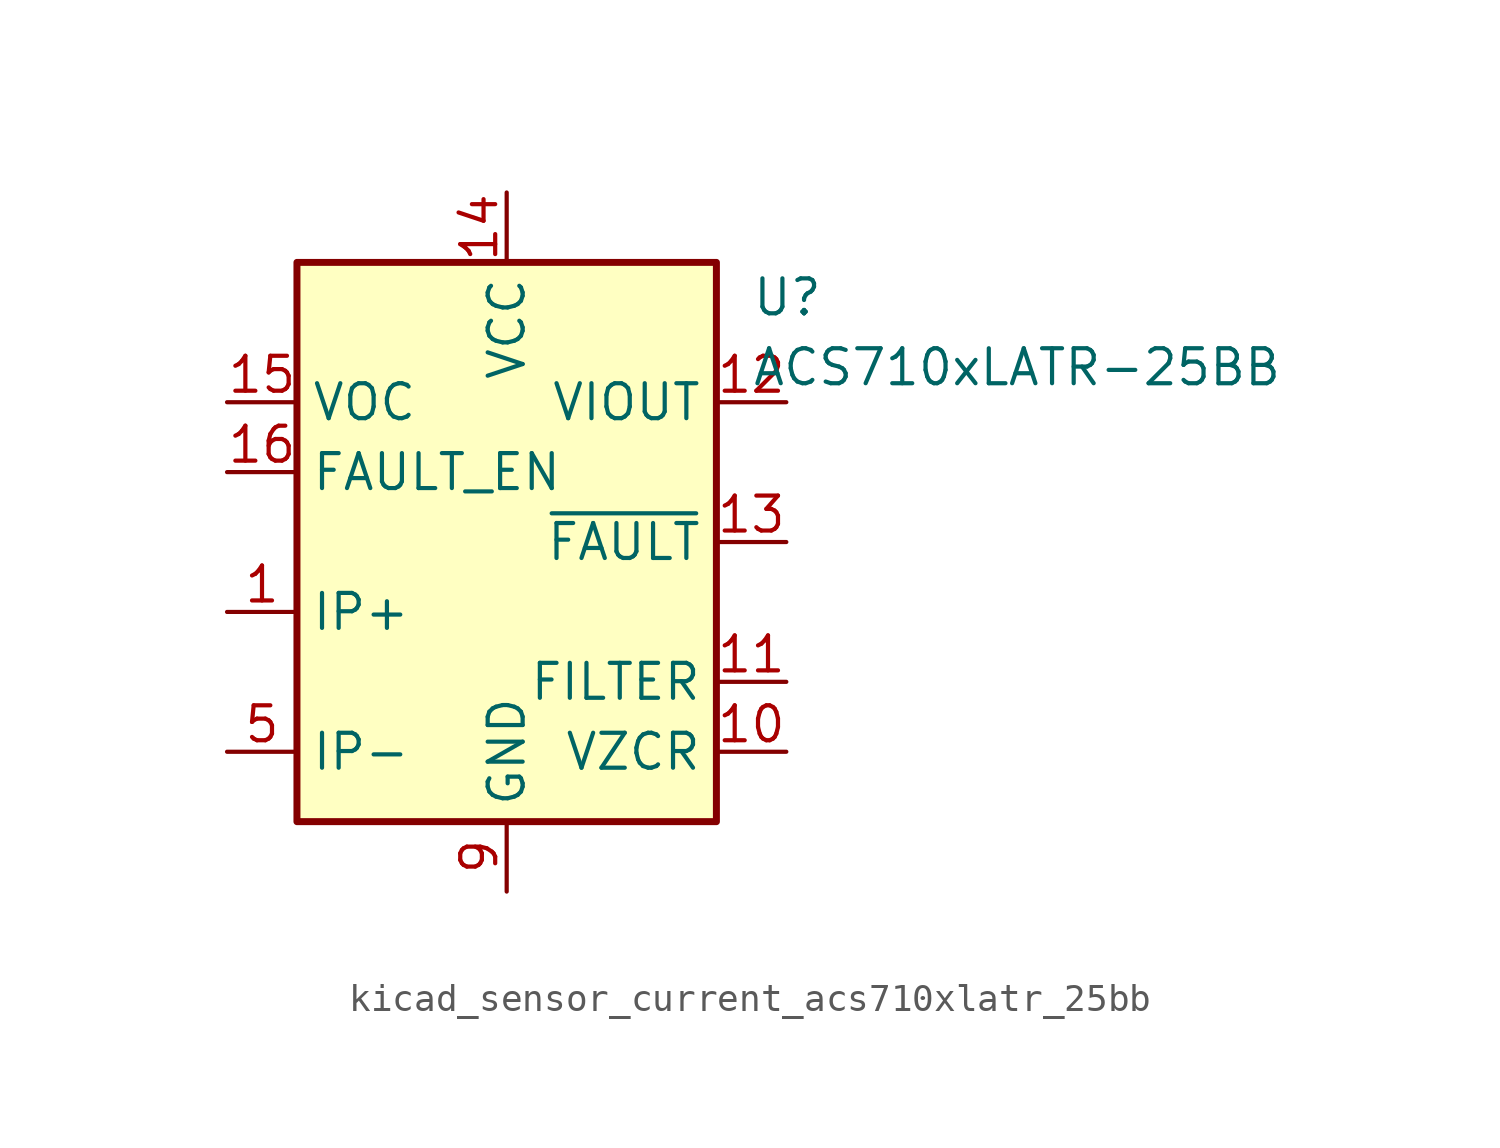
<source format=kicad_sym>
(kicad_symbol_lib
  (version 20220914)
  (generator kicad_symbol_editor)
  (symbol "kicad_sensor_current_acs710xlatr_25bb"
    (property "Reference" "U"
      (at 8.89 8.89 0)
      (effects (font (size 1.27 1.27)) (justify left)))
    (property "Value" "ACS710xLATR-25BB"
      (at 8.89 6.35 0)
      (effects (font (size 1.27 1.27)) (justify left)))
    (symbol "kicad_sensor_current_acs710xlatr_25bb_0_1"
      (rectangle (start -7.62 10.16) (end 7.62 -10.16) (stroke (width 0.254) (type default)) (fill (type background))))
    (symbol "kicad_sensor_current_acs710xlatr_25bb_1_1"
      (pin passive line (at -10.16 -2.54 0) (length 2.54) (name "IP+" (effects (font (size 1.27 1.27)))) (number "1" (effects (font (size 1.27 1.27)))))
      (pin passive line (at 10.16 -7.62 180) (length 2.54) (name "VZCR" (effects (font (size 1.27 1.27)))) (number "10" (effects (font (size 1.27 1.27)))))
      (pin passive line (at 10.16 -5.08 180) (length 2.54) (name "FILTER" (effects (font (size 1.27 1.27)))) (number "11" (effects (font (size 1.27 1.27)))))
      (pin output line (at 10.16 5.08 180) (length 2.54) (name "VIOUT" (effects (font (size 1.27 1.27)))) (number "12" (effects (font (size 1.27 1.27)))))
      (pin output line (at 10.16 0 180) (length 2.54) (name "~{FAULT}" (effects (font (size 1.27 1.27)))) (number "13" (effects (font (size 1.27 1.27)))))
      (pin power_in line (at 0 12.7 270) (length 2.54) (name "VCC" (effects (font (size 1.27 1.27)))) (number "14" (effects (font (size 1.27 1.27)))))
      (pin input line (at -10.16 5.08 0) (length 2.54) (name "VOC" (effects (font (size 1.27 1.27)))) (number "15" (effects (font (size 1.27 1.27)))))
      (pin input line (at -10.16 2.54 0) (length 2.54) (name "FAULT_EN" (effects (font (size 1.27 1.27)))) (number "16" (effects (font (size 1.27 1.27)))))
      (pin passive line (at -10.16 -2.54 0) (length 2.54) hide (name "IP+" (effects (font (size 1.27 1.27)))) (number "2" (effects (font (size 1.27 1.27)))))
      (pin passive line (at -10.16 -2.54 0) (length 2.54) hide (name "IP+" (effects (font (size 1.27 1.27)))) (number "3" (effects (font (size 1.27 1.27)))))
      (pin passive line (at -10.16 -2.54 0) (length 2.54) hide (name "IP+" (effects (font (size 1.27 1.27)))) (number "4" (effects (font (size 1.27 1.27)))))
      (pin passive line (at -10.16 -7.62 0) (length 2.54) (name "IP-" (effects (font (size 1.27 1.27)))) (number "5" (effects (font (size 1.27 1.27)))))
      (pin passive line (at -10.16 -7.62 0) (length 2.54) hide (name "IP-" (effects (font (size 1.27 1.27)))) (number "6" (effects (font (size 1.27 1.27)))))
      (pin passive line (at -10.16 -7.62 0) (length 2.54) hide (name "IP-" (effects (font (size 1.27 1.27)))) (number "7" (effects (font (size 1.27 1.27)))))
      (pin passive line (at -10.16 -7.62 0) (length 2.54) hide (name "IP-" (effects (font (size 1.27 1.27)))) (number "8" (effects (font (size 1.27 1.27)))))
      (pin power_in line (at 0 -12.7 90) (length 2.54) (name "GND" (effects (font (size 1.27 1.27)))) (number "9" (effects (font (size 1.27 1.27))))))))
</source>
